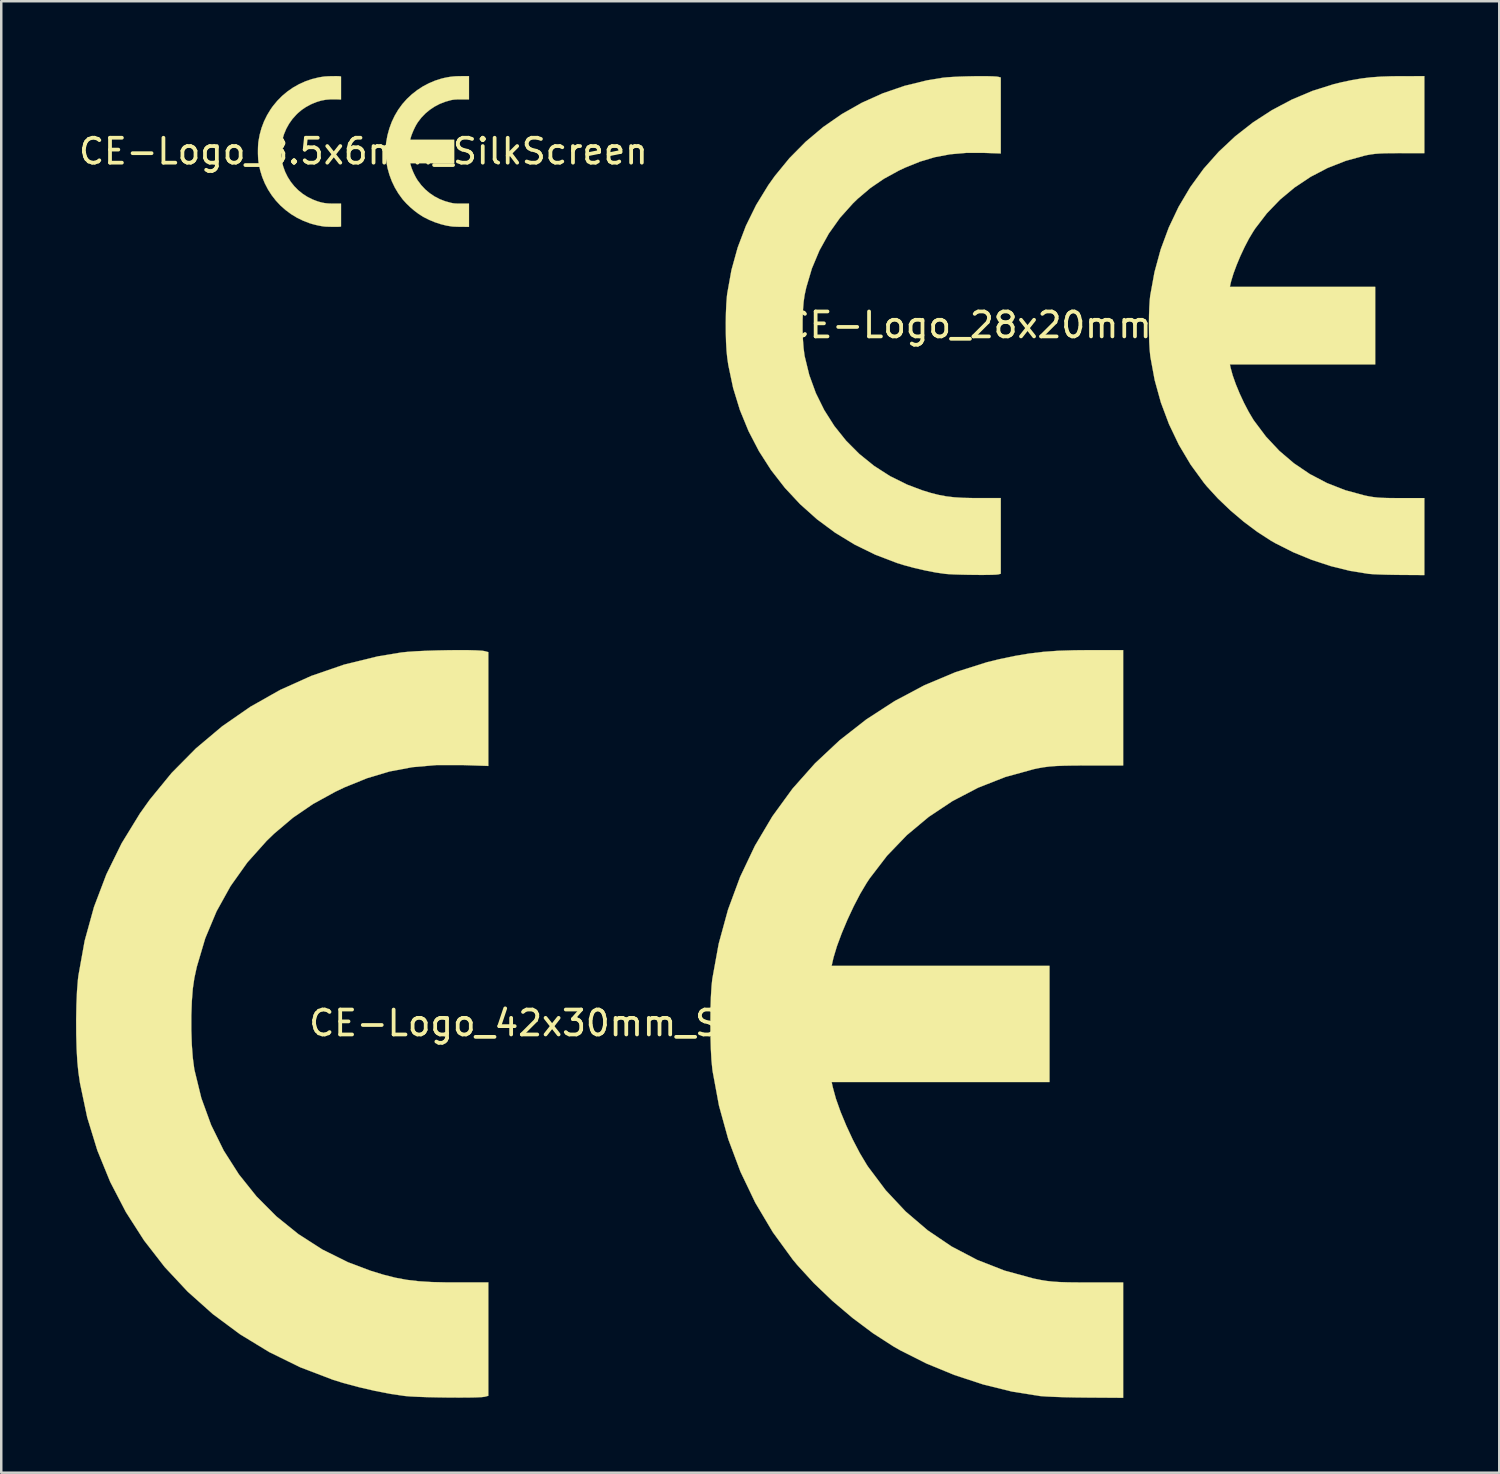
<source format=kicad_pcb>
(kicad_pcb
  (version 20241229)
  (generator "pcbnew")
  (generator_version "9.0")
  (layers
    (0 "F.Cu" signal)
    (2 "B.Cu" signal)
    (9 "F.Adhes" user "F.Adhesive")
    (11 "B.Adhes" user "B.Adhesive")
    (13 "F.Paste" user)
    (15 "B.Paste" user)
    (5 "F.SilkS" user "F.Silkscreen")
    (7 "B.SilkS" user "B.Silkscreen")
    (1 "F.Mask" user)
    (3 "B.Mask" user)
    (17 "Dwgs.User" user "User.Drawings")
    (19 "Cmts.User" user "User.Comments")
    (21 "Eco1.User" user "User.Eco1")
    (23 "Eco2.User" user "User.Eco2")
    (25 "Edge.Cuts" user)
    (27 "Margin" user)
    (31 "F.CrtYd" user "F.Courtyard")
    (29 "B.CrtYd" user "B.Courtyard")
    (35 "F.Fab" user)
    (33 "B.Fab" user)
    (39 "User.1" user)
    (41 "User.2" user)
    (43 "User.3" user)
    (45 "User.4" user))
  (footprint "CE-Logo_28x20mm_SilkScreen"
    (layer "F.Cu")
    (at 40.074 9.99)
    (property "Reference" "CE-Logo_28x20mm_SilkScreen" (at 0 0 0) (layer "F.SilkS") (effects (font (size 1 1) (thickness 0.15))))
    (attr board_only exclude_from_pos_files exclude_from_bom allow_missing_courtyard)
    (fp_poly (pts (xy -3.512 -9.983) (xy -3.298 -9.977) (xy -3.144 -9.968) (xy -3.076 -9.957) (xy -2.978 -9.931) (xy -2.978 -6.884) (xy -3.672 -6.908) (xy -4.366 -6.907) (xy -5.009 -6.851) (xy -5.62 -6.736) (xy -6.217 -6.558) (xy -6.822 -6.313) (xy -7.073 -6.194) (xy -7.67 -5.866) (xy -8.209 -5.497) (xy -8.713 -5.07) (xy -8.909 -4.88) (xy -9.428 -4.301) (xy -9.877 -3.669) (xy -10.253 -2.991) (xy -10.555 -2.27) (xy -10.78 -1.511) (xy -10.847 -1.204) (xy -10.887 -0.926) (xy -10.914 -0.585) (xy -10.927 -0.205) (xy -10.928 0.189) (xy -10.915 0.575) (xy -10.888 0.929) (xy -10.849 1.226) (xy -10.845 1.248) (xy -10.66 2.005) (xy -10.397 2.728) (xy -10.06 3.41) (xy -9.655 4.048) (xy -9.184 4.637) (xy -8.652 5.171) (xy -8.063 5.647) (xy -7.423 6.058) (xy -6.734 6.4) (xy -6.127 6.629) (xy -5.785 6.734) (xy -5.472 6.813) (xy -5.165 6.871) (xy -4.843 6.909) (xy -4.485 6.931) (xy -4.069 6.94) (xy -3.887 6.94) (xy -2.978 6.939) (xy -2.978 9.975) (xy -3.076 10.001) (xy -3.161 10.011) (xy -3.316 10.018) (xy -3.527 10.022) (xy -3.778 10.023) (xy -4.051 10.021) (xy -4.333 10.017) (xy -4.605 10.011) (xy -4.853 10.003) (xy -5.06 9.992) (xy -5.21 9.98) (xy -5.211 9.98) (xy -5.585 9.926) (xy -6.008 9.844) (xy -6.446 9.743) (xy -6.869 9.629) (xy -7.137 9.546) (xy -8.013 9.211) (xy -8.843 8.804) (xy -9.624 8.328) (xy -10.353 7.788) (xy -11.026 7.186) (xy -11.64 6.528) (xy -12.192 5.817) (xy -12.679 5.057) (xy -13.097 4.252) (xy -13.443 3.407) (xy -13.714 2.524) (xy -13.907 1.608) (xy -13.95 1.314) (xy -13.978 1.033) (xy -13.998 0.689) (xy -14.008 0.305) (xy -14.01 -0.096) (xy -14.003 -0.49) (xy -13.987 -0.854) (xy -13.963 -1.164) (xy -13.95 -1.27) (xy -13.782 -2.206) (xy -13.532 -3.11) (xy -13.202 -3.98) (xy -12.792 -4.814) (xy -12.304 -5.611) (xy -12.043 -5.978) (xy -11.453 -6.698) (xy -10.804 -7.354) (xy -10.101 -7.945) (xy -9.349 -8.467) (xy -8.551 -8.918) (xy -7.712 -9.296) (xy -6.838 -9.596) (xy -5.932 -9.818) (xy -5.3 -9.922) (xy -5.127 -9.939) (xy -4.899 -9.954) (xy -4.633 -9.967) (xy -4.345 -9.976) (xy -4.051 -9.982) (xy -3.768 -9.984) (xy -3.512 -9.983)) (stroke (width 0.01) (type solid)) (fill yes) (layer "F.SilkS"))
    (fp_poly (pts (xy 14.014 -8.441) (xy 14.014 -6.897) (xy 13.039 -6.896) (xy 12.702 -6.895) (xy 12.435 -6.891) (xy 12.221 -6.882) (xy 12.045 -6.869) (xy 11.887 -6.849) (xy 11.733 -6.822) (xy 11.621 -6.798) (xy 10.86 -6.588) (xy 10.134 -6.303) (xy 9.448 -5.945) (xy 8.81 -5.52) (xy 8.223 -5.03) (xy 7.695 -4.481) (xy 7.23 -3.875) (xy 7.149 -3.752) (xy 6.977 -3.465) (xy 6.802 -3.129) (xy 6.633 -2.768) (xy 6.481 -2.404) (xy 6.354 -2.061) (xy 6.263 -1.76) (xy 6.243 -1.675) (xy 6.212 -1.533) (xy 12.043 -1.533) (xy 12.043 1.577) (xy 6.212 1.577) (xy 6.243 1.719) (xy 6.326 2.021) (xy 6.45 2.372) (xy 6.605 2.747) (xy 6.781 3.125) (xy 6.967 3.481) (xy 7.153 3.794) (xy 7.185 3.841) (xy 7.661 4.475) (xy 8.194 5.044) (xy 8.782 5.545) (xy 9.422 5.978) (xy 10.109 6.338) (xy 10.841 6.625) (xy 11.614 6.835) (xy 11.632 6.839) (xy 11.806 6.874) (xy 11.967 6.9) (xy 12.131 6.919) (xy 12.317 6.931) (xy 12.543 6.938) (xy 12.827 6.941) (xy 13.061 6.941) (xy 14.014 6.941) (xy 14.014 10.029) (xy 13.061 10.023) (xy 12.757 10.019) (xy 12.46 10.013) (xy 12.189 10.004) (xy 11.964 9.994) (xy 11.804 9.982) (xy 11.78 9.98) (xy 11.034 9.86) (xy 10.267 9.671) (xy 9.499 9.419) (xy 8.752 9.112) (xy 8.046 8.756) (xy 7.861 8.65) (xy 7.32 8.301) (xy 6.77 7.89) (xy 6.235 7.436) (xy 5.735 6.958) (xy 5.292 6.475) (xy 5.171 6.328) (xy 4.637 5.595) (xy 4.169 4.808) (xy 3.771 3.976) (xy 3.445 3.107) (xy 3.196 2.208) (xy 3.026 1.288) (xy 3.018 1.226) (xy 2.995 0.989) (xy 2.978 0.689) (xy 2.969 0.347) (xy 2.966 -0.013) (xy 2.969 -0.371) (xy 2.98 -0.704) (xy 2.997 -0.991) (xy 3.017 -1.182) (xy 3.189 -2.126) (xy 3.438 -3.038) (xy 3.762 -3.913) (xy 4.158 -4.747) (xy 4.625 -5.534) (xy 5.159 -6.269) (xy 5.171 -6.283) (xy 5.768 -6.955) (xy 6.427 -7.572) (xy 7.14 -8.129) (xy 7.9 -8.622) (xy 8.698 -9.045) (xy 9.526 -9.394) (xy 10.376 -9.662) (xy 10.708 -9.743) (xy 11.118 -9.829) (xy 11.499 -9.893) (xy 11.876 -9.938) (xy 12.273 -9.966) (xy 12.714 -9.981) (xy 13.083 -9.984) (xy 14.014 -9.985) (xy 14.014 -8.441)) (stroke (width 0.01) (type solid)) (fill yes) (layer "F.SilkS")))
  (footprint "CE-Logo_42x30mm_SilkScreen"
    (layer "F.Cu")
    (at 21.002 37.993)
    (property "Reference" "CE-Logo_42x30mm_SilkScreen" (at 0 0 0) (layer "F.SilkS") (effects (font (size 1 1) (thickness 0.15))))
    (attr board_only exclude_from_pos_files exclude_from_bom allow_missing_courtyard)
    (fp_poly (pts (xy -5.263 -14.962) (xy -4.943 -14.953) (xy -4.712 -14.939) (xy -4.611 -14.923) (xy -4.463 -14.883) (xy -4.463 -10.317) (xy -5.503 -10.353) (xy -6.544 -10.352) (xy -7.507 -10.268) (xy -8.422 -10.096) (xy -9.318 -9.829) (xy -10.224 -9.462) (xy -10.6 -9.283) (xy -11.495 -8.791) (xy -12.302 -8.239) (xy -13.058 -7.599) (xy -13.353 -7.314) (xy -14.13 -6.445) (xy -14.802 -5.499) (xy -15.366 -4.483) (xy -15.819 -3.402) (xy -16.156 -2.264) (xy -16.256 -1.805) (xy -16.317 -1.388) (xy -16.357 -0.877) (xy -16.377 -0.308) (xy -16.377 0.284) (xy -16.358 0.862) (xy -16.318 1.392) (xy -16.259 1.837) (xy -16.253 1.871) (xy -15.976 3.005) (xy -15.582 4.088) (xy -15.078 5.111) (xy -14.469 6.067) (xy -13.764 6.949) (xy -12.967 7.75) (xy -12.085 8.462) (xy -11.125 9.079) (xy -10.092 9.592) (xy -9.182 9.935) (xy -8.67 10.092) (xy -8.2 10.211) (xy -7.74 10.297) (xy -7.258 10.354) (xy -6.721 10.387) (xy -6.099 10.401) (xy -5.825 10.401) (xy -4.463 10.4) (xy -4.463 14.949) (xy -4.611 14.989) (xy -4.737 15.003) (xy -4.97 15.014) (xy -5.286 15.02) (xy -5.661 15.021) (xy -6.072 15.019) (xy -6.493 15.013) (xy -6.901 15.004) (xy -7.273 14.991) (xy -7.583 14.976) (xy -7.808 14.957) (xy -7.81 14.957) (xy -8.371 14.875) (xy -9.004 14.753) (xy -9.661 14.601) (xy -10.294 14.431) (xy -10.697 14.306) (xy -12.009 13.805) (xy -13.253 13.194) (xy -14.423 12.481) (xy -15.515 11.671) (xy -16.524 10.77) (xy -17.445 9.784) (xy -18.272 8.718) (xy -19.002 7.579) (xy -19.629 6.373) (xy -20.147 5.105) (xy -20.553 3.782) (xy -20.842 2.41) (xy -20.907 1.969) (xy -20.949 1.548) (xy -20.978 1.033) (xy -20.994 0.456) (xy -20.997 -0.144) (xy -20.986 -0.735) (xy -20.963 -1.28) (xy -20.926 -1.744) (xy -20.907 -1.903) (xy -20.655 -3.306) (xy -20.281 -4.661) (xy -19.786 -5.965) (xy -19.172 -7.215) (xy -18.44 -8.409) (xy -18.049 -8.959) (xy -17.165 -10.038) (xy -16.192 -11.022) (xy -15.139 -11.908) (xy -14.011 -12.69) (xy -12.815 -13.366) (xy -11.559 -13.931) (xy -10.248 -14.382) (xy -8.89 -14.714) (xy -7.944 -14.87) (xy -7.683 -14.896) (xy -7.342 -14.919) (xy -6.943 -14.937) (xy -6.511 -14.951) (xy -6.071 -14.96) (xy -5.647 -14.964) (xy -5.263 -14.962)) (stroke (width 0.01) (type solid)) (fill yes) (layer "F.SilkS"))
    (fp_poly (pts (xy 21.003 -12.651) (xy 21.003 -10.337) (xy 19.542 -10.336) (xy 19.036 -10.334) (xy 18.636 -10.327) (xy 18.316 -10.315) (xy 18.051 -10.295) (xy 17.816 -10.265) (xy 17.584 -10.224) (xy 17.416 -10.188) (xy 16.276 -9.874) (xy 15.188 -9.446) (xy 14.16 -8.91) (xy 13.203 -8.273) (xy 12.324 -7.539) (xy 11.532 -6.715) (xy 10.836 -5.808) (xy 10.714 -5.624) (xy 10.457 -5.192) (xy 10.195 -4.689) (xy 9.942 -4.148) (xy 9.713 -3.603) (xy 9.522 -3.088) (xy 9.386 -2.637) (xy 9.356 -2.51) (xy 9.309 -2.297) (xy 18.049 -2.297) (xy 18.049 2.363) (xy 9.309 2.363) (xy 9.356 2.576) (xy 9.48 3.029) (xy 9.666 3.555) (xy 9.899 4.117) (xy 10.162 4.683) (xy 10.441 5.217) (xy 10.721 5.685) (xy 10.768 5.757) (xy 11.481 6.707) (xy 12.281 7.559) (xy 13.162 8.311) (xy 14.12 8.959) (xy 15.15 9.499) (xy 16.247 9.928) (xy 17.405 10.244) (xy 17.434 10.25) (xy 17.694 10.303) (xy 17.935 10.342) (xy 18.181 10.369) (xy 18.46 10.387) (xy 18.799 10.398) (xy 19.224 10.402) (xy 19.575 10.403) (xy 21.003 10.403) (xy 21.003 15.03) (xy 19.575 15.021) (xy 19.119 15.016) (xy 18.674 15.007) (xy 18.268 14.993) (xy 17.931 14.978) (xy 17.69 14.961) (xy 17.655 14.957) (xy 16.537 14.778) (xy 15.387 14.494) (xy 14.236 14.116) (xy 13.116 13.656) (xy 12.058 13.123) (xy 11.781 12.964) (xy 10.97 12.441) (xy 10.147 11.825) (xy 9.344 11.145) (xy 8.595 10.428) (xy 7.931 9.703) (xy 7.749 9.484) (xy 6.949 8.385) (xy 6.248 7.206) (xy 5.651 5.959) (xy 5.163 4.656) (xy 4.79 3.31) (xy 4.535 1.931) (xy 4.523 1.838) (xy 4.488 1.482) (xy 4.464 1.032) (xy 4.449 0.521) (xy 4.445 -0.02) (xy 4.45 -0.556) (xy 4.466 -1.055) (xy 4.492 -1.485) (xy 4.522 -1.772) (xy 4.779 -3.186) (xy 5.153 -4.553) (xy 5.638 -5.865) (xy 6.232 -7.115) (xy 6.931 -8.294) (xy 7.732 -9.395) (xy 7.749 -9.416) (xy 8.644 -10.423) (xy 9.632 -11.348) (xy 10.701 -12.184) (xy 11.84 -12.922) (xy 13.036 -13.557) (xy 14.276 -14.078) (xy 15.55 -14.481) (xy 16.048 -14.602) (xy 16.662 -14.73) (xy 17.234 -14.826) (xy 17.799 -14.894) (xy 18.393 -14.937) (xy 19.055 -14.958) (xy 19.608 -14.963) (xy 21.003 -14.964) (xy 21.003 -12.651)) (stroke (width 0.01) (type solid)) (fill yes) (layer "F.SilkS")))
  (footprint "CE-Logo_8.5x6mm_SilkScreen"
    (layer "F.Cu")
    (at 11.53 3.021)
    (property "Reference" "CE-Logo_8.5x6mm_SilkScreen" (at 0 0 0) (layer "F.SilkS") (effects (font (size 1 1) (thickness 0.15))))
    (attr exclude_from_pos_files exclude_from_bom)
    (fp_poly (pts (xy -1.061 -3.016) (xy -0.996 -3.014) (xy -0.95 -3.011) (xy -0.929 -3.008) (xy -0.9 -3) (xy -0.9 -2.079) (xy -1.109 -2.087) (xy -1.319 -2.086) (xy -1.513 -2.07) (xy -1.698 -2.035) (xy -1.878 -1.981) (xy -2.061 -1.907) (xy -2.137 -1.871) (xy -2.317 -1.772) (xy -2.48 -1.661) (xy -2.632 -1.532) (xy -2.691 -1.474) (xy -2.848 -1.299) (xy -2.984 -1.108) (xy -3.097 -0.904) (xy -3.188 -0.686) (xy -3.257 -0.456) (xy -3.277 -0.364) (xy -3.289 -0.28) (xy -3.297 -0.177) (xy -3.301 -0.062) (xy -3.301 0.057) (xy -3.297 0.174) (xy -3.289 0.281) (xy -3.277 0.37) (xy -3.276 0.377) (xy -3.22 0.606) (xy -3.141 0.824) (xy -3.039 1.03) (xy -2.916 1.223) (xy -2.774 1.401) (xy -2.614 1.562) (xy -2.436 1.706) (xy -2.242 1.83) (xy -2.034 1.933) (xy -1.851 2.003) (xy -1.748 2.034) (xy -1.653 2.058) (xy -1.56 2.075) (xy -1.463 2.087) (xy -1.355 2.094) (xy -1.229 2.096) (xy -1.174 2.097) (xy -0.9 2.096) (xy -0.9 3.013) (xy -0.929 3.021) (xy -0.955 3.024) (xy -1.002 3.026) (xy -1.065 3.027) (xy -1.141 3.028) (xy -1.224 3.027) (xy -1.309 3.026) (xy -1.391 3.024) (xy -1.466 3.022) (xy -1.528 3.019) (xy -1.574 3.015) (xy -1.574 3.015) (xy -1.687 2.998) (xy -1.815 2.974) (xy -1.947 2.943) (xy -2.075 2.909) (xy -2.156 2.884) (xy -2.421 2.782) (xy -2.671 2.66) (xy -2.907 2.516) (xy -3.127 2.352) (xy -3.331 2.171) (xy -3.516 1.972) (xy -3.683 1.757) (xy -3.83 1.528) (xy -3.956 1.285) (xy -4.061 1.029) (xy -4.143 0.762) (xy -4.201 0.486) (xy -4.214 0.397) (xy -4.223 0.312) (xy -4.228 0.208) (xy -4.232 0.092) (xy -4.232 -0.029) (xy -4.23 -0.148) (xy -4.225 -0.258) (xy -4.218 -0.352) (xy -4.214 -0.384) (xy -4.163 -0.666) (xy -4.088 -0.939) (xy -3.988 -1.202) (xy -3.864 -1.454) (xy -3.717 -1.695) (xy -3.638 -1.806) (xy -3.46 -2.023) (xy -3.264 -2.222) (xy -3.051 -2.4) (xy -2.824 -2.558) (xy -2.583 -2.694) (xy -2.33 -2.808) (xy -2.066 -2.899) (xy -1.792 -2.966) (xy -1.601 -2.997) (xy -1.549 -3.003) (xy -1.48 -3.007) (xy -1.399 -3.011) (xy -1.312 -3.014) (xy -1.224 -3.015) (xy -1.138 -3.016) (xy -1.061 -3.016)) (stroke (width 0.01) (type solid)) (fill yes) (layer "F.SilkS"))
    (fp_poly (pts (xy 4.233 -2.084) (xy 3.939 -2.083) (xy 3.837 -2.083) (xy 3.756 -2.082) (xy 3.692 -2.079) (xy 3.638 -2.075) (xy 3.591 -2.069) (xy 3.544 -2.061) (xy 3.51 -2.054) (xy 3.281 -1.99) (xy 3.061 -1.904) (xy 2.854 -1.796) (xy 2.661 -1.667) (xy 2.484 -1.52) (xy 2.324 -1.354) (xy 2.184 -1.171) (xy 2.16 -1.134) (xy 2.108 -1.047) (xy 2.055 -0.945) (xy 2.004 -0.836) (xy 1.958 -0.726) (xy 1.919 -0.623) (xy 1.892 -0.532) (xy 1.886 -0.506) (xy 1.876 -0.463) (xy 3.638 -0.463) (xy 3.638 0.476) (xy 1.876 0.476) (xy 1.886 0.519) (xy 1.911 0.611) (xy 1.948 0.716) (xy 1.995 0.83) (xy 2.048 0.944) (xy 2.105 1.052) (xy 2.161 1.146) (xy 2.17 1.16) (xy 2.314 1.352) (xy 2.475 1.524) (xy 2.653 1.675) (xy 2.846 1.806) (xy 3.054 1.915) (xy 3.275 2.001) (xy 3.508 2.065) (xy 3.514 2.066) (xy 3.567 2.077) (xy 3.615 2.085) (xy 3.665 2.09) (xy 3.721 2.094) (xy 3.789 2.096) (xy 3.875 2.097) (xy 3.946 2.097) (xy 4.233 2.097) (xy 4.233 3.029) (xy 3.946 3.028) (xy 3.854 3.027) (xy 3.764 3.025) (xy 3.682 3.022) (xy 3.614 3.019) (xy 3.566 3.016) (xy 3.559 3.015) (xy 3.333 2.979) (xy 3.101 2.921) (xy 2.869 2.845) (xy 2.644 2.752) (xy 2.43 2.645) (xy 2.375 2.613) (xy 2.211 2.508) (xy 2.045 2.384) (xy 1.883 2.246) (xy 1.732 2.102) (xy 1.599 1.956) (xy 1.562 1.912) (xy 1.401 1.69) (xy 1.259 1.452) (xy 1.139 1.201) (xy 1.041 0.939) (xy 0.965 0.667) (xy 0.914 0.389) (xy 0.912 0.37) (xy 0.905 0.299) (xy 0.9 0.208) (xy 0.897 0.105) (xy 0.896 -0.004) (xy 0.897 -0.112) (xy 0.9 -0.213) (xy 0.905 -0.299) (xy 0.911 -0.357) (xy 0.963 -0.642) (xy 1.039 -0.918) (xy 1.136 -1.182) (xy 1.256 -1.434) (xy 1.397 -1.672) (xy 1.559 -1.894) (xy 1.562 -1.898) (xy 1.742 -2.101) (xy 1.941 -2.287) (xy 2.157 -2.456) (xy 2.386 -2.605) (xy 2.628 -2.732) (xy 2.878 -2.838) (xy 3.134 -2.919) (xy 3.235 -2.943) (xy 3.359 -2.969) (xy 3.474 -2.988) (xy 3.588 -3.002) (xy 3.707 -3.011) (xy 3.841 -3.015) (xy 3.952 -3.016) (xy 4.233 -3.016) (xy 4.233 -2.084)) (stroke (width 0.01) (type solid)) (fill yes) (layer "F.SilkS")))
  (gr_rect
    (start -3 -3)
    (end 57.093 56.028)
    (stroke (width 0.1) (type default))
    (fill no)
    (layer "Edge.Cuts")))
</source>
